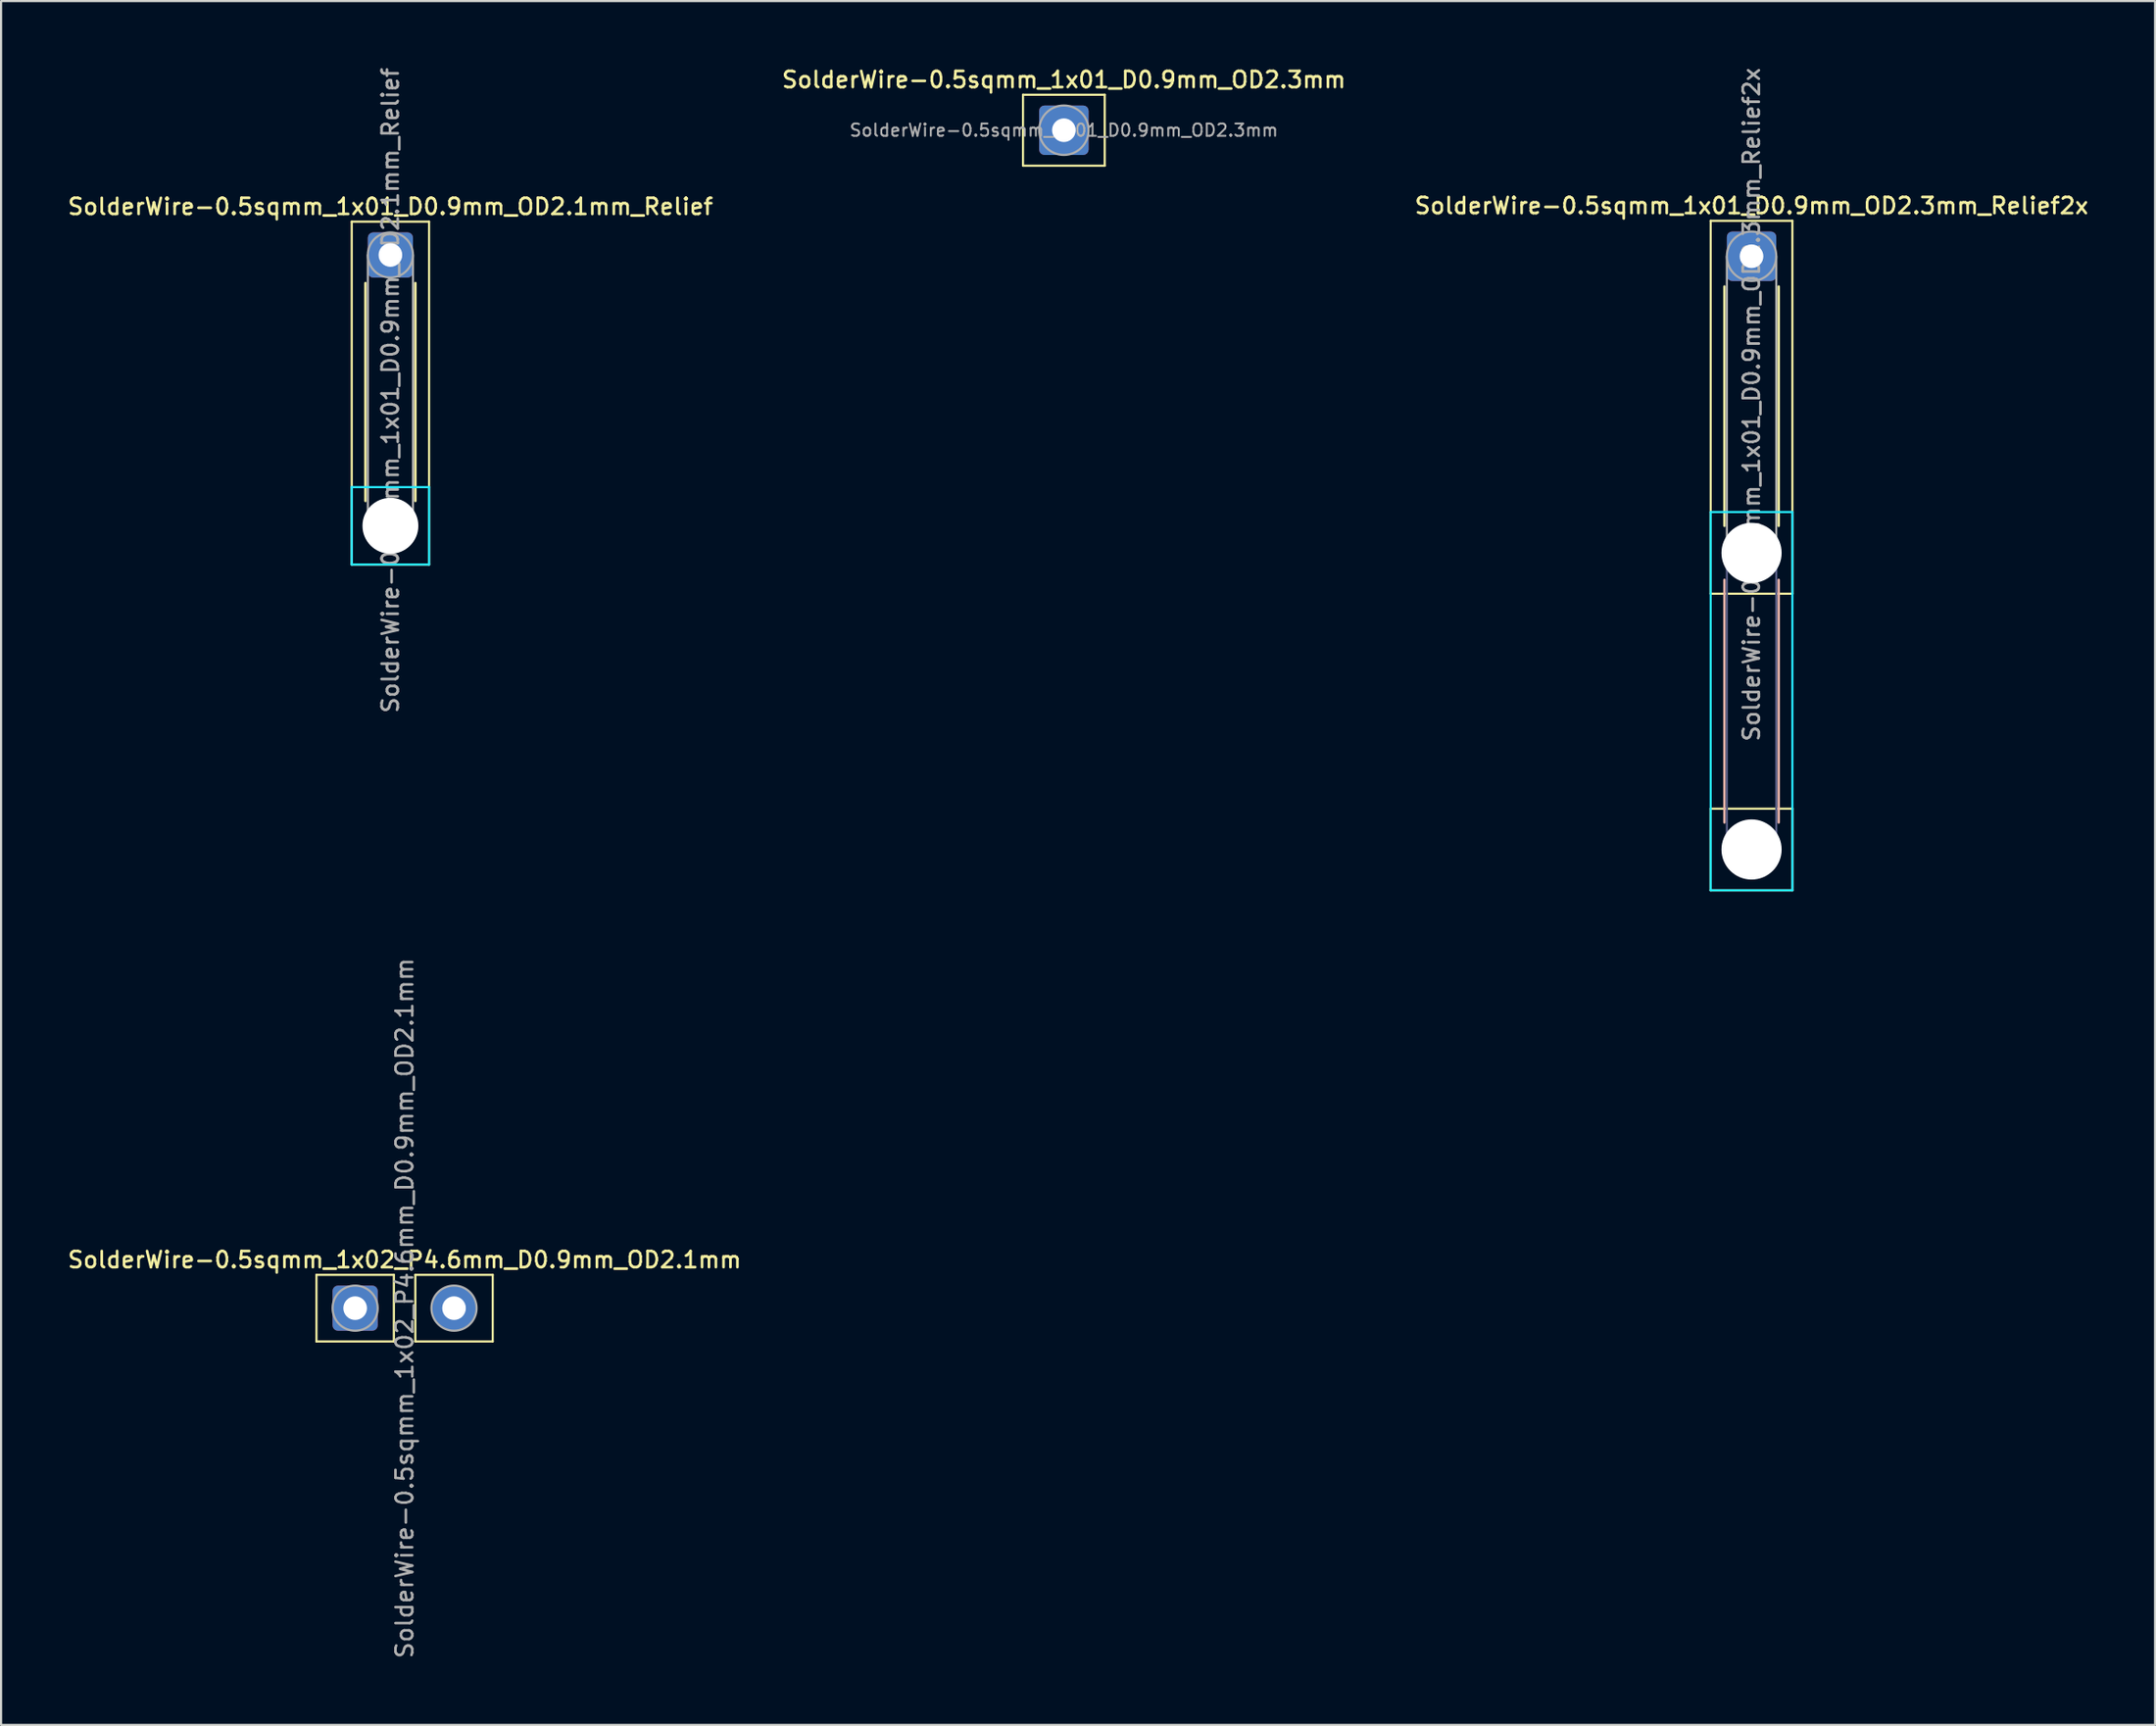
<source format=kicad_pcb>
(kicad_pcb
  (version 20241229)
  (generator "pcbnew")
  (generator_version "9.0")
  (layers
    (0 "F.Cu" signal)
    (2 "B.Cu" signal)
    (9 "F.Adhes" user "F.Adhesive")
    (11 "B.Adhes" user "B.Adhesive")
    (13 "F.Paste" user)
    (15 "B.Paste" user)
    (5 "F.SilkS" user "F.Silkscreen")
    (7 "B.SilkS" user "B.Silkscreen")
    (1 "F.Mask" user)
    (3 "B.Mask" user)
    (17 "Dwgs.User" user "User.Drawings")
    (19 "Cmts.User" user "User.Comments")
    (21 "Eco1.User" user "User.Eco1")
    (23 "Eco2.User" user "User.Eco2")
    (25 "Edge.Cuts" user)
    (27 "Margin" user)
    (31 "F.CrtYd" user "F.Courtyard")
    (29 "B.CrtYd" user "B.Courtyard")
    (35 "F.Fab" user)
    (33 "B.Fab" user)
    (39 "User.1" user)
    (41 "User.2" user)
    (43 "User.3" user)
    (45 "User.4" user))
  (footprint "SolderWire-0.5sqmm_1x01_D0.9mm_OD2.3mm"
    (layer "F.Cu")
    (at 46.445 3.008)
    (property "Reference" "SolderWire-0.5sqmm_1x01_D0.9mm_OD2.3mm" (at 0 -2.35 0) (layer "F.SilkS") (effects (font (size 0.75 0.75) (thickness 0.125))))
    (attr exclude_from_pos_files exclude_from_bom)
    (fp_line (start -1.9 -1.65) (end -1.9 1.65) (stroke (width 0.1) (type solid)) (layer "F.SilkS"))
    (fp_line (start -1.9 1.65) (end 1.9 1.65) (stroke (width 0.1) (type solid)) (layer "F.SilkS"))
    (fp_line (start 1.9 -1.65) (end -1.9 -1.65) (stroke (width 0.1) (type solid)) (layer "F.SilkS"))
    (fp_line (start 1.9 1.65) (end 1.9 -1.65) (stroke (width 0.1) (type solid)) (layer "F.SilkS"))
    (fp_circle (center 0 0) (end 1.15 0) (stroke (width 0.1) (type solid)) (fill no) (layer "F.Fab"))
    (fp_text user "${REFERENCE}" (at 0 0 0) (layer "F.Fab") (effects (font (size 0.57 0.57) (thickness 0.09))))
    (pad "1" thru_hole roundrect (at 0 0) (size 2.3 2.3) (drill 1.1) (layers "*.Cu" "*.Mask") (roundrect_rratio 0.109)))
  (footprint "SolderWire-0.5sqmm_1x02_P4.6mm_D0.9mm_OD2.1mm"
    (layer "F.Cu")
    (at 13.473 57.812)
    (property "Reference" "SolderWire-0.5sqmm_1x02_P4.6mm_D0.9mm_OD2.1mm" (at 2.3 -2.25 0) (layer "F.SilkS") (effects (font (size 0.75 0.75) (thickness 0.125))))
    (attr exclude_from_pos_files exclude_from_bom)
    (fp_line (start -1.8 -1.55) (end -1.8 1.55) (stroke (width 0.1) (type solid)) (layer "F.SilkS"))
    (fp_line (start -1.8 1.55) (end 1.8 1.55) (stroke (width 0.1) (type solid)) (layer "F.SilkS"))
    (fp_line (start 1.8 -1.55) (end -1.8 -1.55) (stroke (width 0.1) (type solid)) (layer "F.SilkS"))
    (fp_line (start 1.8 1.55) (end 1.8 -1.55) (stroke (width 0.1) (type solid)) (layer "F.SilkS"))
    (fp_line (start 2.8 -1.55) (end 2.8 1.55) (stroke (width 0.1) (type solid)) (layer "F.SilkS"))
    (fp_line (start 2.8 1.55) (end 6.4 1.55) (stroke (width 0.1) (type solid)) (layer "F.SilkS"))
    (fp_line (start 6.4 -1.55) (end 2.8 -1.55) (stroke (width 0.1) (type solid)) (layer "F.SilkS"))
    (fp_line (start 6.4 1.55) (end 6.4 -1.55) (stroke (width 0.1) (type solid)) (layer "F.SilkS"))
    (fp_circle (center 0 0) (end 1.05 0) (stroke (width 0.1) (type solid)) (fill no) (layer "F.Fab"))
    (fp_circle (center 4.6 0) (end 5.65 0) (stroke (width 0.1) (type solid)) (fill no) (layer "F.Fab"))
    (fp_text user "${REFERENCE}" (at 2.3 0 90) (layer "F.Fab") (effects (font (size 0.78 0.78) (thickness 0.12))))
    (pad "1" thru_hole roundrect (at 0 0) (size 2.1 2.1) (drill 1.1) (layers "*.Cu" "*.Mask") (roundrect_rratio 0.119))
    (pad "2" thru_hole circle (at 4.6 0) (size 2.1 2.1) (drill 1.1) (layers "*.Cu" "*.Mask")))
  (footprint "SolderWire-0.5sqmm_1x01_D0.9mm_OD2.3mm_Relief2x"
    (layer "F.Cu")
    (at 78.438 8.873)
    (property "Reference" "SolderWire-0.5sqmm_1x01_D0.9mm_OD2.3mm_Relief2x" (at 0 -2.35 0) (layer "F.SilkS") (effects (font (size 0.75 0.75) (thickness 0.125))))
    (attr exclude_from_pos_files exclude_from_bom)
    (fp_line (start -1.9 -1.65) (end -1.9 15.7) (stroke (width 0.1) (type solid)) (layer "F.SilkS"))
    (fp_line (start -1.9 15.7) (end 1.9 15.7) (stroke (width 0.1) (type solid)) (layer "F.SilkS"))
    (fp_line (start -1.9 25.7) (end -1.9 29.5) (stroke (width 0.1) (type solid)) (layer "F.SilkS"))
    (fp_line (start -1.9 29.5) (end 1.9 29.5) (stroke (width 0.1) (type solid)) (layer "F.SilkS"))
    (fp_line (start -1.26 1.41) (end -1.26 12.54) (stroke (width 0.12) (type solid)) (layer "F.SilkS"))
    (fp_line (start 1.26 1.41) (end 1.26 12.54) (stroke (width 0.12) (type solid)) (layer "F.SilkS"))
    (fp_line (start 1.9 -1.65) (end -1.9 -1.65) (stroke (width 0.1) (type solid)) (layer "F.SilkS"))
    (fp_line (start 1.9 15.7) (end 1.9 -1.65) (stroke (width 0.1) (type solid)) (layer "F.SilkS"))
    (fp_line (start 1.9 25.7) (end -1.9 25.7) (stroke (width 0.1) (type solid)) (layer "F.SilkS"))
    (fp_line (start 1.9 29.5) (end 1.9 25.7) (stroke (width 0.1) (type solid)) (layer "F.SilkS"))
    (fp_line (start -1.26 15.06) (end -1.26 26.34) (stroke (width 0.12) (type solid)) (layer "B.SilkS"))
    (fp_line (start 1.26 15.06) (end 1.26 26.34) (stroke (width 0.12) (type solid)) (layer "B.SilkS"))
    (fp_line (start -1.9 11.9) (end -1.9 29.5) (stroke (width 0.1) (type solid)) (layer "B.CrtYd"))
    (fp_line (start -1.9 29.5) (end 1.9 29.5) (stroke (width 0.1) (type solid)) (layer "B.CrtYd"))
    (fp_line (start 1.9 11.9) (end -1.9 11.9) (stroke (width 0.1) (type solid)) (layer "B.CrtYd"))
    (fp_line (start 1.9 29.5) (end 1.9 11.9) (stroke (width 0.1) (type solid)) (layer "B.CrtYd"))
    (fp_line (start -1.15 13.8) (end -1.15 27.6) (stroke (width 0.1) (type solid)) (layer "B.Fab"))
    (fp_line (start 1.15 13.8) (end 1.15 27.6) (stroke (width 0.1) (type solid)) (layer "B.Fab"))
    (fp_circle (center 0 13.8) (end 1.15 13.8) (stroke (width 0.1) (type solid)) (fill no) (layer "B.Fab"))
    (fp_circle (center 0 27.6) (end 1.15 27.6) (stroke (width 0.1) (type solid)) (fill no) (layer "B.Fab"))
    (fp_line (start -1.15 0) (end -1.15 13.8) (stroke (width 0.1) (type solid)) (layer "F.Fab"))
    (fp_line (start 1.15 0) (end 1.15 13.8) (stroke (width 0.1) (type solid)) (layer "F.Fab"))
    (fp_circle (center 0 0) (end 1.15 0) (stroke (width 0.1) (type solid)) (fill no) (layer "F.Fab"))
    (fp_circle (center 0 13.8) (end 1.15 13.8) (stroke (width 0.1) (type solid)) (fill no) (layer "F.Fab"))
    (fp_circle (center 0 27.6) (end 1.15 27.6) (stroke (width 0.1) (type solid)) (fill no) (layer "F.Fab"))
    (fp_text user "${REFERENCE}" (at 0 6.9 90) (layer "F.Fab") (effects (font (size 0.75 0.75) (thickness 0.125))))
    (pad "" np_thru_hole circle (at 0 13.8) (size 2.8 2.8) (drill 2.8) (layers "*.Cu" "*.Mask"))
    (pad "" np_thru_hole circle (at 0 27.6) (size 2.8 2.8) (drill 2.8) (layers "*.Cu" "*.Mask"))
    (pad "1" thru_hole roundrect (at 0 0) (size 2.3 2.3) (drill 1.1) (layers "*.Cu" "*.Mask") (roundrect_rratio 0.109)))
  (footprint "SolderWire-0.5sqmm_1x01_D0.9mm_OD2.1mm_Relief"
    (layer "F.Cu")
    (at 15.113 8.813)
    (property "Reference" "SolderWire-0.5sqmm_1x01_D0.9mm_OD2.1mm_Relief" (at 0 -2.25 0) (layer "F.SilkS") (effects (font (size 0.75 0.75) (thickness 0.125))))
    (attr exclude_from_pos_files exclude_from_bom)
    (fp_line (start -1.8 -1.55) (end -1.8 14.4) (stroke (width 0.1) (type solid)) (layer "F.SilkS"))
    (fp_line (start -1.8 14.4) (end 1.8 14.4) (stroke (width 0.1) (type solid)) (layer "F.SilkS"))
    (fp_line (start -1.16 1.31) (end -1.16 11.44) (stroke (width 0.12) (type solid)) (layer "F.SilkS"))
    (fp_line (start 1.16 1.31) (end 1.16 11.44) (stroke (width 0.12) (type solid)) (layer "F.SilkS"))
    (fp_line (start 1.8 -1.55) (end -1.8 -1.55) (stroke (width 0.1) (type solid)) (layer "F.SilkS"))
    (fp_line (start 1.8 14.4) (end 1.8 -1.55) (stroke (width 0.1) (type solid)) (layer "F.SilkS"))
    (fp_line (start -1.8 10.8) (end -1.8 14.4) (stroke (width 0.1) (type solid)) (layer "B.CrtYd"))
    (fp_line (start -1.8 14.4) (end 1.8 14.4) (stroke (width 0.1) (type solid)) (layer "B.CrtYd"))
    (fp_line (start 1.8 10.8) (end -1.8 10.8) (stroke (width 0.1) (type solid)) (layer "B.CrtYd"))
    (fp_line (start 1.8 14.4) (end 1.8 10.8) (stroke (width 0.1) (type solid)) (layer "B.CrtYd"))
    (fp_line (start -1.05 0) (end -1.05 12.6) (stroke (width 0.1) (type solid)) (layer "F.Fab"))
    (fp_line (start 1.05 0) (end 1.05 12.6) (stroke (width 0.1) (type solid)) (layer "F.Fab"))
    (fp_circle (center 0 0) (end 1.05 0) (stroke (width 0.1) (type solid)) (fill no) (layer "F.Fab"))
    (fp_circle (center 0 12.6) (end 1.05 12.6) (stroke (width 0.1) (type solid)) (fill no) (layer "F.Fab"))
    (fp_text user "${REFERENCE}" (at 0 6.3 90) (layer "F.Fab") (effects (font (size 0.75 0.75) (thickness 0.125))))
    (pad "" np_thru_hole circle (at 0 12.6) (size 2.6 2.6) (drill 2.6) (layers "*.Cu" "*.Mask"))
    (pad "1" thru_hole roundrect (at 0 0) (size 2.1 2.1) (drill 1.1) (layers "*.Cu" "*.Mask") (roundrect_rratio 0.119)))
  (gr_rect
    (start -3 -3)
    (end 97.211 77.202)
    (stroke (width 0.1) (type default))
    (fill no)
    (layer "Edge.Cuts")))
</source>
